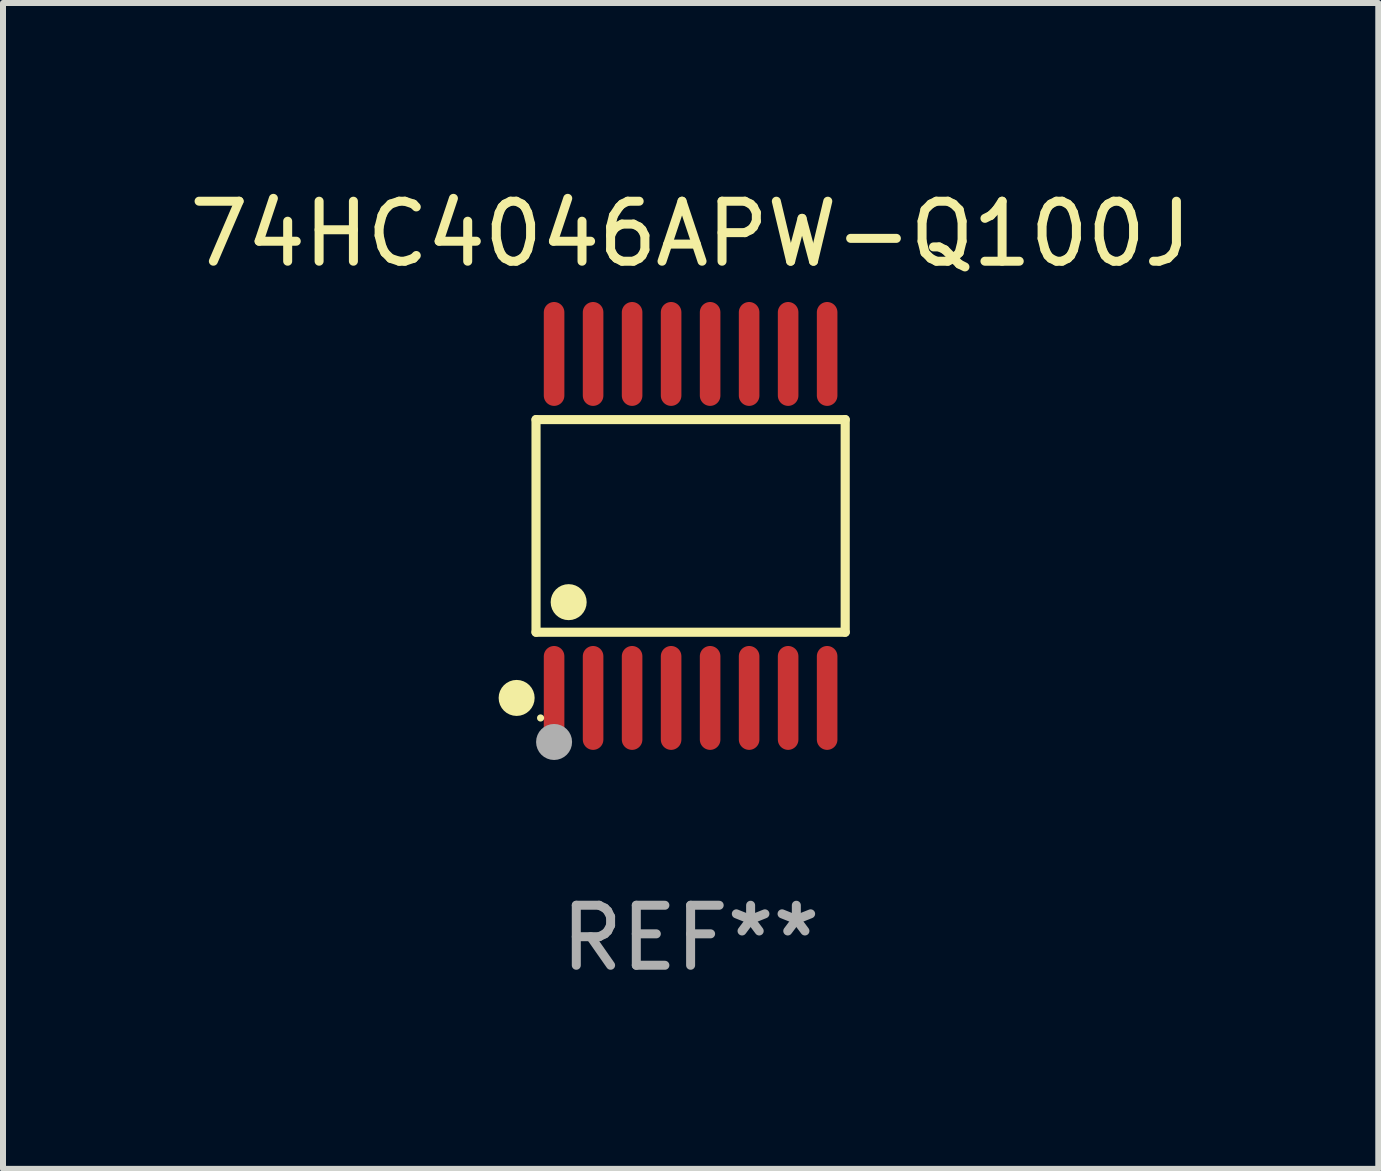
<source format=kicad_pcb>
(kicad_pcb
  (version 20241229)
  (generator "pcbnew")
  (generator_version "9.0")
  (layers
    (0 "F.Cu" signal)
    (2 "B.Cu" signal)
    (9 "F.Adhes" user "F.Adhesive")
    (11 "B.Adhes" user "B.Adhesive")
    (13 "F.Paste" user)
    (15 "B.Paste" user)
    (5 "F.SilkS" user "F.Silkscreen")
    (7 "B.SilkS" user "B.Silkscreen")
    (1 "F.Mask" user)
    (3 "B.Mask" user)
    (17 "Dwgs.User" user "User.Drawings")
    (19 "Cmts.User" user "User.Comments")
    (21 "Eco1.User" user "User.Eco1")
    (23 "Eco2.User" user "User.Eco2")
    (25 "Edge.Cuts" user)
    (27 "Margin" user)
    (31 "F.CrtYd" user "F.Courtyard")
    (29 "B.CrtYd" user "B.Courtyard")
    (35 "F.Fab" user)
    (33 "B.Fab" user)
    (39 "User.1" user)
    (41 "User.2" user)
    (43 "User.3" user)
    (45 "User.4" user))
  (footprint "74HC4046APW-Q100J"
    (layer "F.Cu")
    (at 8.458 5.714)
    (property "Reference" "74HC4046APW-Q100J" (at 0 -4.866 0) (layer "F.SilkS") (effects (font (size 1 1) (thickness 0.15))))
    (attr through_hole)
    (fp_line (start -2.576 -1.772) (end 2.576 -1.772) (stroke (width 0.152) (type solid)) (layer "F.SilkS"))
    (fp_line (start -2.576 1.771) (end -2.576 -1.772) (stroke (width 0.152) (type solid)) (layer "F.SilkS"))
    (fp_line (start 2.576 -1.772) (end 2.576 1.771) (stroke (width 0.152) (type solid)) (layer "F.SilkS"))
    (fp_line (start 2.576 1.771) (end -2.576 1.771) (stroke (width 0.152) (type solid)) (layer "F.SilkS"))
    (fp_circle (center -2.899 2.866) (end -2.749 2.866) (stroke (width 0.3) (type solid)) (fill no) (layer "F.SilkS"))
    (fp_circle (center -2.5 3.2) (end -2.47 3.2) (stroke (width 0.06) (type solid)) (fill no) (layer "F.SilkS"))
    (fp_circle (center -2.032 1.27) (end -1.882 1.27) (stroke (width 0.3) (type solid)) (fill no) (layer "F.SilkS"))
    (fp_circle (center -2.275 3.6) (end -2.125 3.6) (stroke (width 0.3) (type solid)) (fill no) (layer "F.Fab"))
    (fp_text user "REF**" (at 0 6.866 0) (layer "F.Fab") (effects (font (size 1 1) (thickness 0.15))))
    (pad "1" smd oval (at -2.275 2.866) (size 0.343 1.731) (layers "F.Cu" "F.Mask" "F.Paste"))
    (pad "2" smd oval (at -1.625 2.866) (size 0.343 1.731) (layers "F.Cu" "F.Mask" "F.Paste"))
    (pad "3" smd oval (at -0.975 2.866) (size 0.343 1.731) (layers "F.Cu" "F.Mask" "F.Paste"))
    (pad "4" smd oval (at -0.325 2.866) (size 0.343 1.731) (layers "F.Cu" "F.Mask" "F.Paste"))
    (pad "5" smd oval (at 0.325 2.866) (size 0.343 1.731) (layers "F.Cu" "F.Mask" "F.Paste"))
    (pad "6" smd oval (at 0.975 2.866) (size 0.343 1.731) (layers "F.Cu" "F.Mask" "F.Paste"))
    (pad "7" smd oval (at 1.625 2.866) (size 0.343 1.731) (layers "F.Cu" "F.Mask" "F.Paste"))
    (pad "8" smd oval (at 2.275 2.866) (size 0.343 1.731) (layers "F.Cu" "F.Mask" "F.Paste"))
    (pad "9" smd oval (at 2.275 -2.866) (size 0.343 1.731) (layers "F.Cu" "F.Mask" "F.Paste"))
    (pad "10" smd oval (at 1.625 -2.866) (size 0.343 1.731) (layers "F.Cu" "F.Mask" "F.Paste"))
    (pad "11" smd oval (at 0.975 -2.866) (size 0.343 1.731) (layers "F.Cu" "F.Mask" "F.Paste"))
    (pad "12" smd oval (at 0.325 -2.866) (size 0.343 1.731) (layers "F.Cu" "F.Mask" "F.Paste"))
    (pad "13" smd oval (at -0.325 -2.866) (size 0.343 1.731) (layers "F.Cu" "F.Mask" "F.Paste"))
    (pad "14" smd oval (at -0.975 -2.866) (size 0.343 1.731) (layers "F.Cu" "F.Mask" "F.Paste"))
    (pad "15" smd oval (at -1.625 -2.866) (size 0.343 1.731) (layers "F.Cu" "F.Mask" "F.Paste"))
    (pad "16" smd oval (at -2.275 -2.866) (size 0.343 1.731) (layers "F.Cu" "F.Mask" "F.Paste")))
  (gr_rect
    (start -3 -3)
    (end 19.917 16.428)
    (stroke (width 0.1) (type default))
    (fill no)
    (layer "Edge.Cuts")))
</source>
